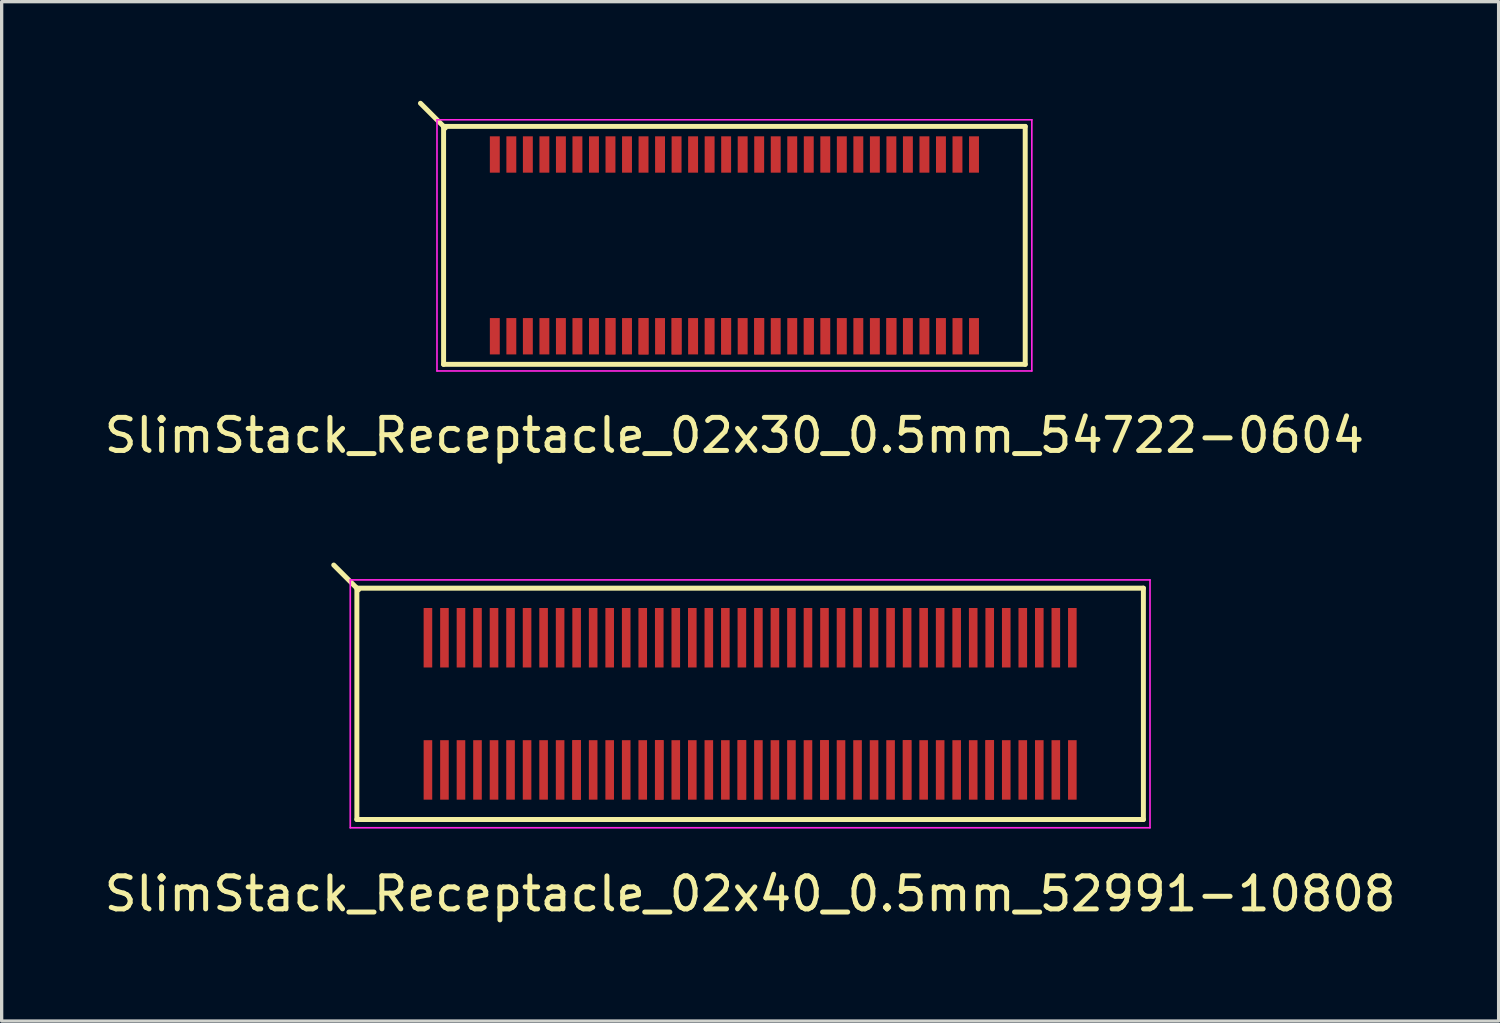
<source format=kicad_pcb>
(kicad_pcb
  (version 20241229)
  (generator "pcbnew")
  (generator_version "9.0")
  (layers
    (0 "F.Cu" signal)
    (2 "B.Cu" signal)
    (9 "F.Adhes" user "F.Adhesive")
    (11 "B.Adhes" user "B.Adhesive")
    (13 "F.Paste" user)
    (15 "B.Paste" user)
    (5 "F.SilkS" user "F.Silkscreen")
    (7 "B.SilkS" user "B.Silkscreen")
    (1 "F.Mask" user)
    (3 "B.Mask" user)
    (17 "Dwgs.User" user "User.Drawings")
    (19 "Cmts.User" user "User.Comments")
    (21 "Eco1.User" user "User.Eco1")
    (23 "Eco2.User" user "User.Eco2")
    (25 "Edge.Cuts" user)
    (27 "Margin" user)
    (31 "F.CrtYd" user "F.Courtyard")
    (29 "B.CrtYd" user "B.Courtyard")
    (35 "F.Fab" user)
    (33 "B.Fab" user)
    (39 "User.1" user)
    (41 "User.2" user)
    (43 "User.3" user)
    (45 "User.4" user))
  (footprint "SlimStack_Receptacle_02x30_0.5mm_54722-0604"
    (layer "F.Cu")
    (at 19.173 4.375)
    (property "Reference" "SlimStack_Receptacle_02x30_0.5mm_54722-0604" (at 0 5.75 0) (layer "F.SilkS") (effects (font (size 1 1) (thickness 0.15))))
    (attr smd)
    (fp_line (start -8.8 -3.6) (end -8.8 3.6) (stroke (width 0.15) (type solid)) (layer "F.SilkS"))
    (fp_line (start -8.8 3.6) (end 8.8 3.6) (stroke (width 0.15) (type solid)) (layer "F.SilkS"))
    (fp_line (start -8.75 -3.55) (end -9.5 -4.3) (stroke (width 0.15) (type solid)) (layer "F.SilkS"))
    (fp_line (start 8.8 -3.6) (end -8.8 -3.6) (stroke (width 0.15) (type solid)) (layer "F.SilkS"))
    (fp_line (start 8.8 3.6) (end 8.8 -3.6) (stroke (width 0.15) (type solid)) (layer "F.SilkS"))
    (fp_line (start -9 -3.8) (end -9 3.8) (stroke (width 0.05) (type solid)) (layer "F.CrtYd"))
    (fp_line (start -9 3.8) (end 9 3.8) (stroke (width 0.05) (type solid)) (layer "F.CrtYd"))
    (fp_line (start 9 -3.8) (end -9 -3.8) (stroke (width 0.05) (type solid)) (layer "F.CrtYd"))
    (fp_line (start 9 3.8) (end 9 -3.8) (stroke (width 0.05) (type solid)) (layer "F.CrtYd"))
    (pad "1" smd rect (at -7.25 -2.75) (size 0.3 1.1) (layers "F.Cu" "F.Mask" "F.Paste"))
    (pad "2" smd rect (at -7.25 2.75) (size 0.3 1.1) (layers "F.Cu" "F.Mask" "F.Paste"))
    (pad "3" smd rect (at -6.75 -2.75) (size 0.3 1.1) (layers "F.Cu" "F.Mask" "F.Paste"))
    (pad "4" smd rect (at -6.75 2.75) (size 0.3 1.1) (layers "F.Cu" "F.Mask" "F.Paste"))
    (pad "5" smd rect (at -6.25 -2.75) (size 0.3 1.1) (layers "F.Cu" "F.Mask" "F.Paste"))
    (pad "6" smd rect (at -6.25 2.75) (size 0.3 1.1) (layers "F.Cu" "F.Mask" "F.Paste"))
    (pad "7" smd rect (at -5.75 -2.75) (size 0.3 1.1) (layers "F.Cu" "F.Mask" "F.Paste"))
    (pad "8" smd rect (at -5.75 2.75) (size 0.3 1.1) (layers "F.Cu" "F.Mask" "F.Paste"))
    (pad "9" smd rect (at -5.25 -2.75) (size 0.3 1.1) (layers "F.Cu" "F.Mask" "F.Paste"))
    (pad "10" smd rect (at -5.25 2.75) (size 0.3 1.1) (layers "F.Cu" "F.Mask" "F.Paste"))
    (pad "11" smd rect (at -4.75 -2.75) (size 0.3 1.1) (layers "F.Cu" "F.Mask" "F.Paste"))
    (pad "12" smd rect (at -4.75 2.75) (size 0.3 1.1) (layers "F.Cu" "F.Mask" "F.Paste"))
    (pad "13" smd rect (at -4.25 -2.75) (size 0.3 1.1) (layers "F.Cu" "F.Mask" "F.Paste"))
    (pad "14" smd rect (at -4.25 2.75) (size 0.3 1.1) (layers "F.Cu" "F.Mask" "F.Paste"))
    (pad "15" smd rect (at -3.75 -2.75) (size 0.3 1.1) (layers "F.Cu" "F.Mask" "F.Paste"))
    (pad "16" smd rect (at -3.75 2.75) (size 0.3 1.1) (layers "F.Cu" "F.Mask" "F.Paste"))
    (pad "16" smd rect (at -3.75 2.75) (size 0.3 1.1) (layers "F.Cu" "F.Mask" "F.Paste"))
    (pad "17" smd rect (at -3.25 -2.75) (size 0.3 1.1) (layers "F.Cu" "F.Mask" "F.Paste"))
    (pad "18" smd rect (at -3.25 2.75) (size 0.3 1.1) (layers "F.Cu" "F.Mask" "F.Paste"))
    (pad "19" smd rect (at -2.75 -2.75) (size 0.3 1.1) (layers "F.Cu" "F.Mask" "F.Paste"))
    (pad "20" smd rect (at -2.75 2.75) (size 0.3 1.1) (layers "F.Cu" "F.Mask" "F.Paste"))
    (pad "20" smd rect (at -2.75 2.75) (size 0.3 1.1) (layers "F.Cu" "F.Mask" "F.Paste"))
    (pad "21" smd rect (at -2.25 -2.75) (size 0.3 1.1) (layers "F.Cu" "F.Mask" "F.Paste"))
    (pad "22" smd rect (at -2.25 2.75) (size 0.3 1.1) (layers "F.Cu" "F.Mask" "F.Paste"))
    (pad "23" smd rect (at -1.75 -2.75) (size 0.3 1.1) (layers "F.Cu" "F.Mask" "F.Paste"))
    (pad "24" smd rect (at -1.75 2.75) (size 0.3 1.1) (layers "F.Cu" "F.Mask" "F.Paste"))
    (pad "24" smd rect (at -1.75 2.75) (size 0.3 1.1) (layers "F.Cu" "F.Mask" "F.Paste"))
    (pad "25" smd rect (at -1.25 -2.75) (size 0.3 1.1) (layers "F.Cu" "F.Mask" "F.Paste"))
    (pad "26" smd rect (at -1.25 2.75) (size 0.3 1.1) (layers "F.Cu" "F.Mask" "F.Paste"))
    (pad "27" smd rect (at -0.75 -2.75) (size 0.3 1.1) (layers "F.Cu" "F.Mask" "F.Paste"))
    (pad "28" smd rect (at -0.75 2.75) (size 0.3 1.1) (layers "F.Cu" "F.Mask" "F.Paste"))
    (pad "29" smd rect (at -0.25 -2.75) (size 0.3 1.1) (layers "F.Cu" "F.Mask" "F.Paste"))
    (pad "30" smd rect (at -0.25 2.75) (size 0.3 1.1) (layers "F.Cu" "F.Mask" "F.Paste"))
    (pad "30" smd rect (at -0.25 2.75) (size 0.3 1.1) (layers "F.Cu" "F.Mask" "F.Paste"))
    (pad "31" smd rect (at 0.25 -2.75) (size 0.3 1.1) (layers "F.Cu" "F.Mask" "F.Paste"))
    (pad "32" smd rect (at 0.25 2.75) (size 0.3 1.1) (layers "F.Cu" "F.Mask" "F.Paste"))
    (pad "33" smd rect (at 0.75 -2.75) (size 0.3 1.1) (layers "F.Cu" "F.Mask" "F.Paste"))
    (pad "34" smd rect (at 0.75 2.75) (size 0.3 1.1) (layers "F.Cu" "F.Mask" "F.Paste"))
    (pad "34" smd rect (at 0.75 2.75) (size 0.3 1.1) (layers "F.Cu" "F.Mask" "F.Paste"))
    (pad "35" smd rect (at 1.25 -2.75) (size 0.3 1.1) (layers "F.Cu" "F.Mask" "F.Paste"))
    (pad "36" smd rect (at 1.25 2.75) (size 0.3 1.1) (layers "F.Cu" "F.Mask" "F.Paste"))
    (pad "37" smd rect (at 1.75 -2.75) (size 0.3 1.1) (layers "F.Cu" "F.Mask" "F.Paste"))
    (pad "38" smd rect (at 1.75 2.75) (size 0.3 1.1) (layers "F.Cu" "F.Mask" "F.Paste"))
    (pad "39" smd rect (at 2.25 -2.75) (size 0.3 1.1) (layers "F.Cu" "F.Mask" "F.Paste"))
    (pad "40" smd rect (at 2.25 2.75) (size 0.3 1.1) (layers "F.Cu" "F.Mask" "F.Paste"))
    (pad "40" smd rect (at 2.25 2.75) (size 0.3 1.1) (layers "F.Cu" "F.Mask" "F.Paste"))
    (pad "41" smd rect (at 2.75 -2.75) (size 0.3 1.1) (layers "F.Cu" "F.Mask" "F.Paste"))
    (pad "42" smd rect (at 2.75 2.75) (size 0.3 1.1) (layers "F.Cu" "F.Mask" "F.Paste"))
    (pad "43" smd rect (at 3.25 -2.75) (size 0.3 1.1) (layers "F.Cu" "F.Mask" "F.Paste"))
    (pad "44" smd rect (at 3.25 2.75) (size 0.3 1.1) (layers "F.Cu" "F.Mask" "F.Paste"))
    (pad "45" smd rect (at 3.75 -2.75) (size 0.3 1.1) (layers "F.Cu" "F.Mask" "F.Paste"))
    (pad "46" smd rect (at 3.75 2.75) (size 0.3 1.1) (layers "F.Cu" "F.Mask" "F.Paste"))
    (pad "47" smd rect (at 4.25 -2.75) (size 0.3 1.1) (layers "F.Cu" "F.Mask" "F.Paste"))
    (pad "48" smd rect (at 4.25 2.75) (size 0.3 1.1) (layers "F.Cu" "F.Mask" "F.Paste"))
    (pad "49" smd rect (at 4.75 -2.75) (size 0.3 1.1) (layers "F.Cu" "F.Mask" "F.Paste"))
    (pad "50" smd rect (at 4.75 2.75) (size 0.3 1.1) (layers "F.Cu" "F.Mask" "F.Paste"))
    (pad "50" smd rect (at 4.75 2.75) (size 0.3 1.1) (layers "F.Cu" "F.Mask" "F.Paste"))
    (pad "51" smd rect (at 5.25 -2.75) (size 0.3 1.1) (layers "F.Cu" "F.Mask" "F.Paste"))
    (pad "52" smd rect (at 5.25 2.75) (size 0.3 1.1) (layers "F.Cu" "F.Mask" "F.Paste"))
    (pad "53" smd rect (at 5.75 -2.75) (size 0.3 1.1) (layers "F.Cu" "F.Mask" "F.Paste"))
    (pad "54" smd rect (at 5.75 2.75) (size 0.3 1.1) (layers "F.Cu" "F.Mask" "F.Paste"))
    (pad "55" smd rect (at 6.25 -2.75) (size 0.3 1.1) (layers "F.Cu" "F.Mask" "F.Paste"))
    (pad "56" smd rect (at 6.25 2.75) (size 0.3 1.1) (layers "F.Cu" "F.Mask" "F.Paste"))
    (pad "57" smd rect (at 6.75 -2.75) (size 0.3 1.1) (layers "F.Cu" "F.Mask" "F.Paste"))
    (pad "58" smd rect (at 6.75 2.75) (size 0.3 1.1) (layers "F.Cu" "F.Mask" "F.Paste"))
    (pad "59" smd rect (at 7.25 -2.75) (size 0.3 1.1) (layers "F.Cu" "F.Mask" "F.Paste"))
    (pad "60" smd rect (at 7.25 2.75) (size 0.3 1.1) (layers "F.Cu" "F.Mask" "F.Paste")))
  (footprint "SlimStack_Receptacle_02x40_0.5mm_52991-10808"
    (layer "F.Cu")
    (at 19.649 18.248)
    (property "Reference" "SlimStack_Receptacle_02x40_0.5mm_52991-10808" (at 0 5.75 0) (layer "F.SilkS") (effects (font (size 1 1) (thickness 0.15))))
    (attr smd)
    (fp_line (start -11.9 -3.5) (end -11.9 3.5) (stroke (width 0.15) (type solid)) (layer "F.SilkS"))
    (fp_line (start -11.9 3.5) (end 11.9 3.5) (stroke (width 0.15) (type solid)) (layer "F.SilkS"))
    (fp_line (start -11.85 -3.45) (end -12.6 -4.2) (stroke (width 0.15) (type solid)) (layer "F.SilkS"))
    (fp_line (start 11.9 -3.5) (end -11.9 -3.5) (stroke (width 0.15) (type solid)) (layer "F.SilkS"))
    (fp_line (start 11.9 3.5) (end 11.9 -3.5) (stroke (width 0.15) (type solid)) (layer "F.SilkS"))
    (fp_line (start -12.1 -3.75) (end -12.1 3.75) (stroke (width 0.05) (type solid)) (layer "F.CrtYd"))
    (fp_line (start -12.1 3.75) (end 12.1 3.75) (stroke (width 0.05) (type solid)) (layer "F.CrtYd"))
    (fp_line (start 12.1 -3.75) (end -12.1 -3.75) (stroke (width 0.05) (type solid)) (layer "F.CrtYd"))
    (fp_line (start 12.1 3.75) (end 12.1 -3.75) (stroke (width 0.05) (type solid)) (layer "F.CrtYd"))
    (pad "1" smd rect (at -9.75 -2) (size 0.26 1.8) (layers "F.Cu" "F.Mask" "F.Paste"))
    (pad "2" smd rect (at -9.75 2) (size 0.26 1.8) (layers "F.Cu" "F.Mask" "F.Paste"))
    (pad "3" smd rect (at -9.25 -2) (size 0.26 1.8) (layers "F.Cu" "F.Mask" "F.Paste"))
    (pad "4" smd rect (at -9.25 2) (size 0.26 1.8) (layers "F.Cu" "F.Mask" "F.Paste"))
    (pad "5" smd rect (at -8.75 -2) (size 0.26 1.8) (layers "F.Cu" "F.Mask" "F.Paste"))
    (pad "6" smd rect (at -8.75 2) (size 0.26 1.8) (layers "F.Cu" "F.Mask" "F.Paste"))
    (pad "7" smd rect (at -8.25 -2) (size 0.26 1.8) (layers "F.Cu" "F.Mask" "F.Paste"))
    (pad "8" smd rect (at -8.25 2) (size 0.26 1.8) (layers "F.Cu" "F.Mask" "F.Paste"))
    (pad "9" smd rect (at -7.75 -2) (size 0.26 1.8) (layers "F.Cu" "F.Mask" "F.Paste"))
    (pad "10" smd rect (at -7.75 2) (size 0.26 1.8) (layers "F.Cu" "F.Mask" "F.Paste"))
    (pad "11" smd rect (at -7.25 -2) (size 0.26 1.8) (layers "F.Cu" "F.Mask" "F.Paste"))
    (pad "12" smd rect (at -7.25 2) (size 0.26 1.8) (layers "F.Cu" "F.Mask" "F.Paste"))
    (pad "13" smd rect (at -6.75 -2) (size 0.26 1.8) (layers "F.Cu" "F.Mask" "F.Paste"))
    (pad "14" smd rect (at -6.75 2) (size 0.26 1.8) (layers "F.Cu" "F.Mask" "F.Paste"))
    (pad "15" smd rect (at -6.25 -2) (size 0.26 1.8) (layers "F.Cu" "F.Mask" "F.Paste"))
    (pad "16" smd rect (at -6.25 2) (size 0.26 1.8) (layers "F.Cu" "F.Mask" "F.Paste"))
    (pad "17" smd rect (at -5.75 -2) (size 0.26 1.8) (layers "F.Cu" "F.Mask" "F.Paste"))
    (pad "18" smd rect (at -5.75 2) (size 0.26 1.8) (layers "F.Cu" "F.Mask" "F.Paste"))
    (pad "19" smd rect (at -5.25 -2) (size 0.26 1.8) (layers "F.Cu" "F.Mask" "F.Paste"))
    (pad "20" smd rect (at -5.25 2) (size 0.26 1.8) (layers "F.Cu" "F.Mask" "F.Paste"))
    (pad "20" smd rect (at -5.25 2) (size 0.26 1.8) (layers "F.Cu" "F.Mask" "F.Paste"))
    (pad "21" smd rect (at -4.75 -2) (size 0.26 1.8) (layers "F.Cu" "F.Mask" "F.Paste"))
    (pad "22" smd rect (at -4.75 2) (size 0.26 1.8) (layers "F.Cu" "F.Mask" "F.Paste"))
    (pad "23" smd rect (at -4.25 -2) (size 0.26 1.8) (layers "F.Cu" "F.Mask" "F.Paste"))
    (pad "24" smd rect (at -4.25 2) (size 0.26 1.8) (layers "F.Cu" "F.Mask" "F.Paste"))
    (pad "25" smd rect (at -3.75 -2) (size 0.26 1.8) (layers "F.Cu" "F.Mask" "F.Paste"))
    (pad "26" smd rect (at -3.75 2) (size 0.26 1.8) (layers "F.Cu" "F.Mask" "F.Paste"))
    (pad "27" smd rect (at -3.25 -2) (size 0.26 1.8) (layers "F.Cu" "F.Mask" "F.Paste"))
    (pad "28" smd rect (at -3.25 2) (size 0.26 1.8) (layers "F.Cu" "F.Mask" "F.Paste"))
    (pad "29" smd rect (at -2.75 -2) (size 0.26 1.8) (layers "F.Cu" "F.Mask" "F.Paste"))
    (pad "30" smd rect (at -2.75 2) (size 0.26 1.8) (layers "F.Cu" "F.Mask" "F.Paste"))
    (pad "30" smd rect (at -2.75 2) (size 0.26 1.8) (layers "F.Cu" "F.Mask" "F.Paste"))
    (pad "31" smd rect (at -2.25 -2) (size 0.26 1.8) (layers "F.Cu" "F.Mask" "F.Paste"))
    (pad "32" smd rect (at -2.25 2) (size 0.26 1.8) (layers "F.Cu" "F.Mask" "F.Paste"))
    (pad "33" smd rect (at -1.75 -2) (size 0.26 1.8) (layers "F.Cu" "F.Mask" "F.Paste"))
    (pad "34" smd rect (at -1.75 2) (size 0.26 1.8) (layers "F.Cu" "F.Mask" "F.Paste"))
    (pad "35" smd rect (at -1.25 -2) (size 0.26 1.8) (layers "F.Cu" "F.Mask" "F.Paste"))
    (pad "36" smd rect (at -1.25 2) (size 0.26 1.8) (layers "F.Cu" "F.Mask" "F.Paste"))
    (pad "37" smd rect (at -0.75 -2) (size 0.26 1.8) (layers "F.Cu" "F.Mask" "F.Paste"))
    (pad "38" smd rect (at -0.75 2) (size 0.26 1.8) (layers "F.Cu" "F.Mask" "F.Paste"))
    (pad "39" smd rect (at -0.25 -2) (size 0.26 1.8) (layers "F.Cu" "F.Mask" "F.Paste"))
    (pad "40" smd rect (at -0.25 2) (size 0.26 1.8) (layers "F.Cu" "F.Mask" "F.Paste"))
    (pad "40" smd rect (at -0.25 2) (size 0.26 1.8) (layers "F.Cu" "F.Mask" "F.Paste"))
    (pad "41" smd rect (at 0.25 -2) (size 0.26 1.8) (layers "F.Cu" "F.Mask" "F.Paste"))
    (pad "42" smd rect (at 0.25 2) (size 0.26 1.8) (layers "F.Cu" "F.Mask" "F.Paste"))
    (pad "43" smd rect (at 0.75 -2) (size 0.26 1.8) (layers "F.Cu" "F.Mask" "F.Paste"))
    (pad "44" smd rect (at 0.75 2) (size 0.26 1.8) (layers "F.Cu" "F.Mask" "F.Paste"))
    (pad "45" smd rect (at 1.25 -2) (size 0.26 1.8) (layers "F.Cu" "F.Mask" "F.Paste"))
    (pad "46" smd rect (at 1.25 2) (size 0.26 1.8) (layers "F.Cu" "F.Mask" "F.Paste"))
    (pad "47" smd rect (at 1.75 -2) (size 0.26 1.8) (layers "F.Cu" "F.Mask" "F.Paste"))
    (pad "48" smd rect (at 1.75 2) (size 0.26 1.8) (layers "F.Cu" "F.Mask" "F.Paste"))
    (pad "49" smd rect (at 2.25 -2) (size 0.26 1.8) (layers "F.Cu" "F.Mask" "F.Paste"))
    (pad "50" smd rect (at 2.25 2) (size 0.26 1.8) (layers "F.Cu" "F.Mask" "F.Paste"))
    (pad "50" smd rect (at 2.25 2) (size 0.26 1.8) (layers "F.Cu" "F.Mask" "F.Paste"))
    (pad "51" smd rect (at 2.75 -2) (size 0.26 1.8) (layers "F.Cu" "F.Mask" "F.Paste"))
    (pad "52" smd rect (at 2.75 2) (size 0.26 1.8) (layers "F.Cu" "F.Mask" "F.Paste"))
    (pad "53" smd rect (at 3.25 -2) (size 0.26 1.8) (layers "F.Cu" "F.Mask" "F.Paste"))
    (pad "54" smd rect (at 3.25 2) (size 0.26 1.8) (layers "F.Cu" "F.Mask" "F.Paste"))
    (pad "55" smd rect (at 3.75 -2) (size 0.26 1.8) (layers "F.Cu" "F.Mask" "F.Paste"))
    (pad "56" smd rect (at 3.75 2) (size 0.26 1.8) (layers "F.Cu" "F.Mask" "F.Paste"))
    (pad "57" smd rect (at 4.25 -2) (size 0.26 1.8) (layers "F.Cu" "F.Mask" "F.Paste"))
    (pad "58" smd rect (at 4.25 2) (size 0.26 1.8) (layers "F.Cu" "F.Mask" "F.Paste"))
    (pad "59" smd rect (at 4.75 -2) (size 0.26 1.8) (layers "F.Cu" "F.Mask" "F.Paste"))
    (pad "60" smd rect (at 4.75 2) (size 0.26 1.8) (layers "F.Cu" "F.Mask" "F.Paste"))
    (pad "60" smd rect (at 4.75 2) (size 0.26 1.8) (layers "F.Cu" "F.Mask" "F.Paste"))
    (pad "61" smd rect (at 5.25 -2) (size 0.26 1.8) (layers "F.Cu" "F.Mask" "F.Paste"))
    (pad "62" smd rect (at 5.25 2) (size 0.26 1.8) (layers "F.Cu" "F.Mask" "F.Paste"))
    (pad "63" smd rect (at 5.75 -2) (size 0.26 1.8) (layers "F.Cu" "F.Mask" "F.Paste"))
    (pad "64" smd rect (at 5.75 2) (size 0.26 1.8) (layers "F.Cu" "F.Mask" "F.Paste"))
    (pad "65" smd rect (at 6.25 -2) (size 0.26 1.8) (layers "F.Cu" "F.Mask" "F.Paste"))
    (pad "66" smd rect (at 6.25 2) (size 0.26 1.8) (layers "F.Cu" "F.Mask" "F.Paste"))
    (pad "67" smd rect (at 6.75 -2) (size 0.26 1.8) (layers "F.Cu" "F.Mask" "F.Paste"))
    (pad "68" smd rect (at 6.75 2) (size 0.26 1.8) (layers "F.Cu" "F.Mask" "F.Paste"))
    (pad "69" smd rect (at 7.25 -2) (size 0.26 1.8) (layers "F.Cu" "F.Mask" "F.Paste"))
    (pad "70" smd rect (at 7.25 2) (size 0.26 1.8) (layers "F.Cu" "F.Mask" "F.Paste"))
    (pad "70" smd rect (at 7.25 2) (size 0.26 1.8) (layers "F.Cu" "F.Mask" "F.Paste"))
    (pad "71" smd rect (at 7.75 -2) (size 0.26 1.8) (layers "F.Cu" "F.Mask" "F.Paste"))
    (pad "72" smd rect (at 7.75 2) (size 0.26 1.8) (layers "F.Cu" "F.Mask" "F.Paste"))
    (pad "73" smd rect (at 8.25 -2) (size 0.26 1.8) (layers "F.Cu" "F.Mask" "F.Paste"))
    (pad "74" smd rect (at 8.25 2) (size 0.26 1.8) (layers "F.Cu" "F.Mask" "F.Paste"))
    (pad "75" smd rect (at 8.75 -2) (size 0.26 1.8) (layers "F.Cu" "F.Mask" "F.Paste"))
    (pad "76" smd rect (at 8.75 2) (size 0.26 1.8) (layers "F.Cu" "F.Mask" "F.Paste"))
    (pad "77" smd rect (at 9.25 -2) (size 0.26 1.8) (layers "F.Cu" "F.Mask" "F.Paste"))
    (pad "78" smd rect (at 9.25 2) (size 0.26 1.8) (layers "F.Cu" "F.Mask" "F.Paste"))
    (pad "79" smd rect (at 9.75 -2) (size 0.26 1.8) (layers "F.Cu" "F.Mask" "F.Paste"))
    (pad "80" smd rect (at 9.75 2) (size 0.26 1.8) (layers "F.Cu" "F.Mask" "F.Paste")))
  (gr_rect
    (start -3 -3)
    (end 42.298 27.846)
    (stroke (width 0.1) (type default))
    (fill no)
    (layer "Edge.Cuts")))
</source>
